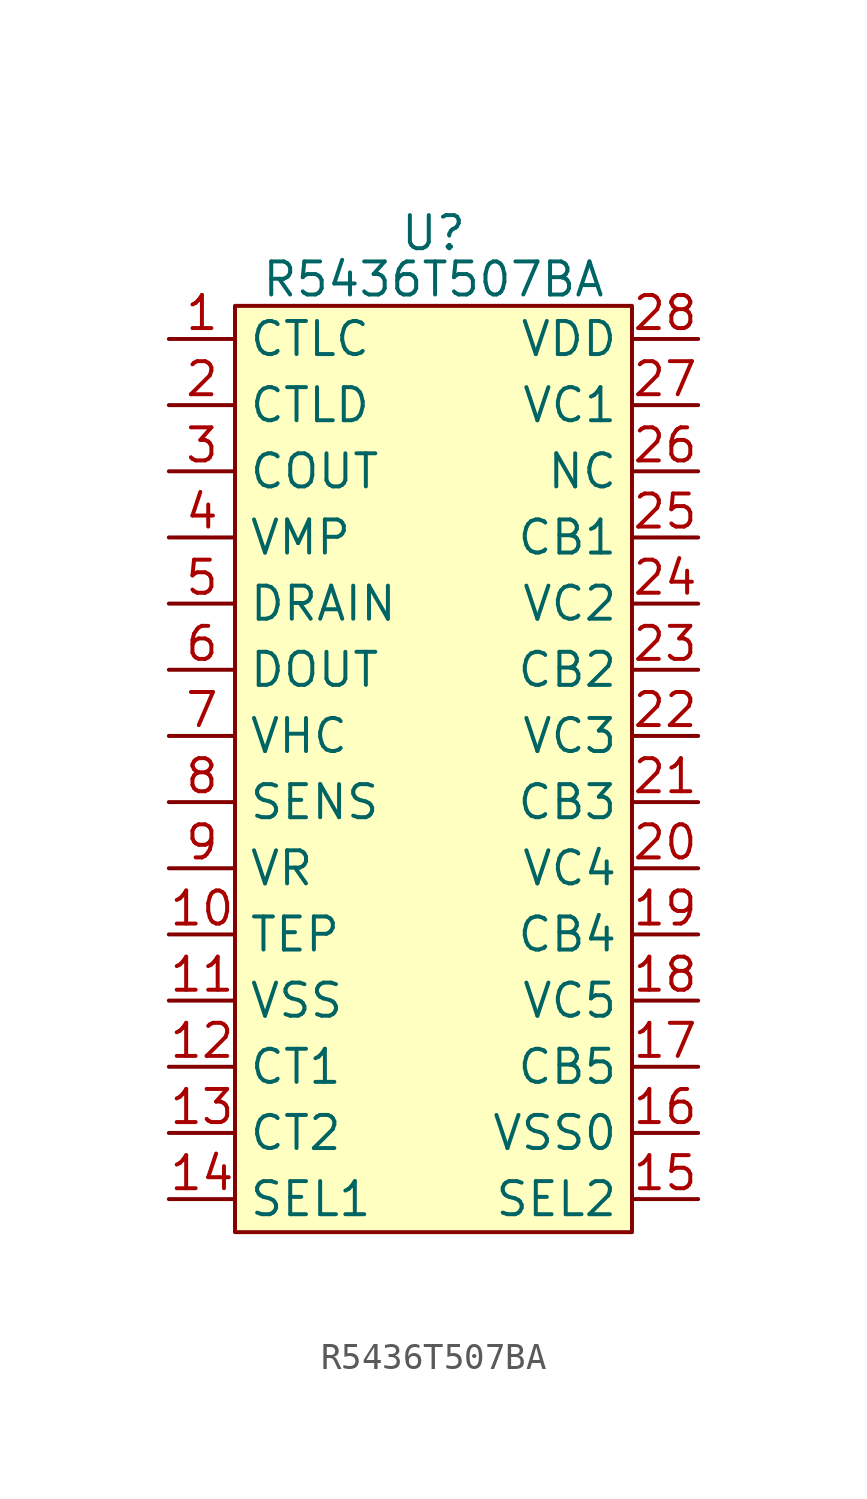
<source format=kicad_sym>
(kicad_symbol_lib
  (version 20211014)
  (generator kicad_symbol_editor)
  (symbol "R5436T507BA"
    (property "Reference" "U"
      (at 0 1.524 0)
      (effects (font (size 1.27 1.27))))
    (property "Value" "R5436T507BA"
      (at 0 -0.254 0)
      (effects (font (size 1.27 1.27))))
    (symbol "R5436T507BA_0_1"
      (rectangle (start -7.62 -1.27) (end 7.62 -36.83) (stroke (width 0) (type default) (color 0 0 0 0)) (fill (type background))))
    (symbol "R5436T507BA_1_1"
      (pin input line (at -10.16 -2.54 0) (length 2.54) (name "CTLC" (effects (font (size 1.27 1.27)))) (number "1" (effects (font (size 1.27 1.27)))))
      (pin input line (at -10.16 -25.4 0) (length 2.54) (name "TEP" (effects (font (size 1.27 1.27)))) (number "10" (effects (font (size 1.27 1.27)))))
      (pin input line (at -10.16 -27.94 0) (length 2.54) (name "VSS" (effects (font (size 1.27 1.27)))) (number "11" (effects (font (size 1.27 1.27)))))
      (pin input line (at -10.16 -30.48 0) (length 2.54) (name "CT1" (effects (font (size 1.27 1.27)))) (number "12" (effects (font (size 1.27 1.27)))))
      (pin input line (at -10.16 -33.02 0) (length 2.54) (name "CT2" (effects (font (size 1.27 1.27)))) (number "13" (effects (font (size 1.27 1.27)))))
      (pin input line (at -10.16 -35.56 0) (length 2.54) (name "SEL1" (effects (font (size 1.27 1.27)))) (number "14" (effects (font (size 1.27 1.27)))))
      (pin input line (at 10.16 -35.56 180) (length 2.54) (name "SEL2" (effects (font (size 1.27 1.27)))) (number "15" (effects (font (size 1.27 1.27)))))
      (pin input line (at 10.16 -33.02 180) (length 2.54) (name "VSS0" (effects (font (size 1.27 1.27)))) (number "16" (effects (font (size 1.27 1.27)))))
      (pin input line (at 10.16 -30.48 180) (length 2.54) (name "CB5" (effects (font (size 1.27 1.27)))) (number "17" (effects (font (size 1.27 1.27)))))
      (pin input line (at 10.16 -27.94 180) (length 2.54) (name "VC5" (effects (font (size 1.27 1.27)))) (number "18" (effects (font (size 1.27 1.27)))))
      (pin input line (at 10.16 -25.4 180) (length 2.54) (name "CB4" (effects (font (size 1.27 1.27)))) (number "19" (effects (font (size 1.27 1.27)))))
      (pin input line (at -10.16 -5.08 0) (length 2.54) (name "CTLD" (effects (font (size 1.27 1.27)))) (number "2" (effects (font (size 1.27 1.27)))))
      (pin input line (at 10.16 -22.86 180) (length 2.54) (name "VC4" (effects (font (size 1.27 1.27)))) (number "20" (effects (font (size 1.27 1.27)))))
      (pin input line (at 10.16 -20.32 180) (length 2.54) (name "CB3" (effects (font (size 1.27 1.27)))) (number "21" (effects (font (size 1.27 1.27)))))
      (pin input line (at 10.16 -17.78 180) (length 2.54) (name "VC3" (effects (font (size 1.27 1.27)))) (number "22" (effects (font (size 1.27 1.27)))))
      (pin input line (at 10.16 -15.24 180) (length 2.54) (name "CB2" (effects (font (size 1.27 1.27)))) (number "23" (effects (font (size 1.27 1.27)))))
      (pin input line (at 10.16 -12.7 180) (length 2.54) (name "VC2" (effects (font (size 1.27 1.27)))) (number "24" (effects (font (size 1.27 1.27)))))
      (pin input line (at 10.16 -10.16 180) (length 2.54) (name "CB1" (effects (font (size 1.27 1.27)))) (number "25" (effects (font (size 1.27 1.27)))))
      (pin input line (at 10.16 -7.62 180) (length 2.54) (name "NC" (effects (font (size 1.27 1.27)))) (number "26" (effects (font (size 1.27 1.27)))))
      (pin input line (at 10.16 -5.08 180) (length 2.54) (name "VC1" (effects (font (size 1.27 1.27)))) (number "27" (effects (font (size 1.27 1.27)))))
      (pin input line (at 10.16 -2.54 180) (length 2.54) (name "VDD" (effects (font (size 1.27 1.27)))) (number "28" (effects (font (size 1.27 1.27)))))
      (pin input line (at -10.16 -7.62 0) (length 2.54) (name "COUT" (effects (font (size 1.27 1.27)))) (number "3" (effects (font (size 1.27 1.27)))))
      (pin input line (at -10.16 -10.16 0) (length 2.54) (name "VMP" (effects (font (size 1.27 1.27)))) (number "4" (effects (font (size 1.27 1.27)))))
      (pin input line (at -10.16 -12.7 0) (length 2.54) (name "DRAIN" (effects (font (size 1.27 1.27)))) (number "5" (effects (font (size 1.27 1.27)))))
      (pin input line (at -10.16 -15.24 0) (length 2.54) (name "DOUT" (effects (font (size 1.27 1.27)))) (number "6" (effects (font (size 1.27 1.27)))))
      (pin input line (at -10.16 -17.78 0) (length 2.54) (name "VHC" (effects (font (size 1.27 1.27)))) (number "7" (effects (font (size 1.27 1.27)))))
      (pin input line (at -10.16 -20.32 0) (length 2.54) (name "SENS" (effects (font (size 1.27 1.27)))) (number "8" (effects (font (size 1.27 1.27)))))
      (pin input line (at -10.16 -22.86 0) (length 2.54) (name "VR" (effects (font (size 1.27 1.27)))) (number "9" (effects (font (size 1.27 1.27))))))))
</source>
